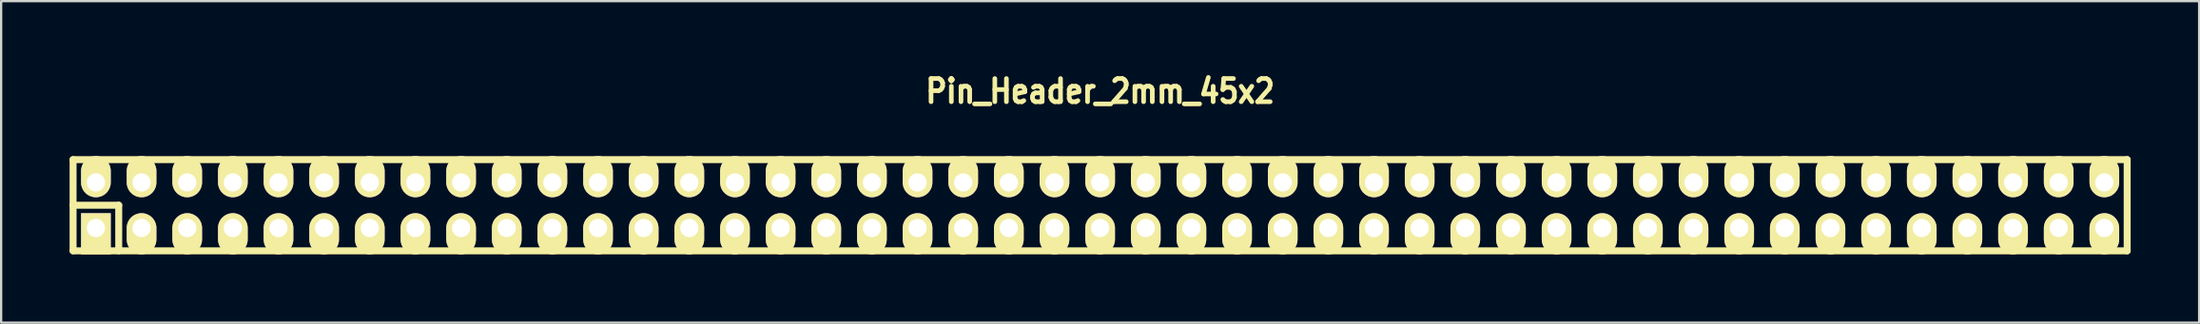
<source format=kicad_pcb>
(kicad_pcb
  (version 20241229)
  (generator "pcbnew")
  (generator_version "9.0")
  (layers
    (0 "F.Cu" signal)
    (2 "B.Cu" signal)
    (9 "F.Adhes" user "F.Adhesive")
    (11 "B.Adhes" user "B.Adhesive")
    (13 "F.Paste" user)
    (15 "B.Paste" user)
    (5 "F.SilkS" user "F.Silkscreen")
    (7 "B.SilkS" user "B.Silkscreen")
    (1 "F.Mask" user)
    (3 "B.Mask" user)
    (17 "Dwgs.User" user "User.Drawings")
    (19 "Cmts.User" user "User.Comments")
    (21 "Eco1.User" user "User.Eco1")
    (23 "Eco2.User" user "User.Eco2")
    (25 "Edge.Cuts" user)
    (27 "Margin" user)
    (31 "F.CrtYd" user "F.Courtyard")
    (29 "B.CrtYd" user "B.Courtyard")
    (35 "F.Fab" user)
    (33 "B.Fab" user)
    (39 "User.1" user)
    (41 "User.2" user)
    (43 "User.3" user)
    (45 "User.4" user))
  (footprint "Pin_Header_2mm_45x2"
    (layer "F.Cu")
    (at 45.152 5.951)
    (property "Reference" "Pin_Header_2mm_45x2" (at 0 -5 0) (layer "F.SilkS") (effects (font (size 1.016 0.889) (thickness 0.203))))
    (attr through_hole)
    (fp_line (start -45 -2) (end 45 -2) (stroke (width 0.305) (type solid)) (layer "F.SilkS"))
    (fp_line (start -45 0) (end -43 0) (stroke (width 0.305) (type solid)) (layer "F.SilkS"))
    (fp_line (start -45 2) (end -45 -2) (stroke (width 0.305) (type solid)) (layer "F.SilkS"))
    (fp_line (start -43 0) (end -43 2) (stroke (width 0.305) (type solid)) (layer "F.SilkS"))
    (fp_line (start 45 -2) (end 45 2) (stroke (width 0.305) (type solid)) (layer "F.SilkS"))
    (fp_line (start 45 2) (end -45 2) (stroke (width 0.305) (type solid)) (layer "F.SilkS"))
    (pad "1" thru_hole rect (at -44 1) (size 1.3 1.8) (drill 0.8 (offset 0 0.25)) (layers "*.Cu" "*.Mask" "F.SilkS"))
    (pad "2" thru_hole oval (at -44 -1) (size 1.3 1.8) (drill 0.8 (offset 0 -0.25)) (layers "*.Cu" "*.Mask" "F.SilkS"))
    (pad "3" thru_hole oval (at -42 1) (size 1.3 1.8) (drill 0.8 (offset 0 0.25)) (layers "*.Cu" "*.Mask" "F.SilkS"))
    (pad "4" thru_hole oval (at -42 -1) (size 1.3 1.8) (drill 0.8 (offset 0 -0.25)) (layers "*.Cu" "*.Mask" "F.SilkS"))
    (pad "5" thru_hole oval (at -40 1) (size 1.3 1.8) (drill 0.8 (offset 0 0.25)) (layers "*.Cu" "*.Mask" "F.SilkS"))
    (pad "6" thru_hole oval (at -40 -1) (size 1.3 1.8) (drill 0.8 (offset 0 -0.25)) (layers "*.Cu" "*.Mask" "F.SilkS"))
    (pad "7" thru_hole oval (at -38 1) (size 1.3 1.8) (drill 0.8 (offset 0 0.25)) (layers "*.Cu" "*.Mask" "F.SilkS"))
    (pad "8" thru_hole oval (at -38 -1) (size 1.3 1.8) (drill 0.8 (offset 0 -0.25)) (layers "*.Cu" "*.Mask" "F.SilkS"))
    (pad "9" thru_hole oval (at -36 1) (size 1.3 1.8) (drill 0.8 (offset 0 0.25)) (layers "*.Cu" "*.Mask" "F.SilkS"))
    (pad "10" thru_hole oval (at -36 -1) (size 1.3 1.8) (drill 0.8 (offset 0 -0.25)) (layers "*.Cu" "*.Mask" "F.SilkS"))
    (pad "11" thru_hole oval (at -34 1) (size 1.3 1.8) (drill 0.8 (offset 0 0.25)) (layers "*.Cu" "*.Mask" "F.SilkS"))
    (pad "12" thru_hole oval (at -34 -1) (size 1.3 1.8) (drill 0.8 (offset 0 -0.25)) (layers "*.Cu" "*.Mask" "F.SilkS"))
    (pad "13" thru_hole oval (at -32 1) (size 1.3 1.8) (drill 0.8 (offset 0 0.25)) (layers "*.Cu" "*.Mask" "F.SilkS"))
    (pad "14" thru_hole oval (at -32 -1) (size 1.3 1.8) (drill 0.8 (offset 0 -0.25)) (layers "*.Cu" "*.Mask" "F.SilkS"))
    (pad "15" thru_hole oval (at -30 1) (size 1.3 1.8) (drill 0.8 (offset 0 0.25)) (layers "*.Cu" "*.Mask" "F.SilkS"))
    (pad "16" thru_hole oval (at -30 -1) (size 1.3 1.8) (drill 0.8 (offset 0 -0.25)) (layers "*.Cu" "*.Mask" "F.SilkS"))
    (pad "17" thru_hole oval (at -28 1) (size 1.3 1.8) (drill 0.8 (offset 0 0.25)) (layers "*.Cu" "*.Mask" "F.SilkS"))
    (pad "18" thru_hole oval (at -28 -1) (size 1.3 1.8) (drill 0.8 (offset 0 -0.25)) (layers "*.Cu" "*.Mask" "F.SilkS"))
    (pad "19" thru_hole oval (at -26 1) (size 1.3 1.8) (drill 0.8 (offset 0 0.25)) (layers "*.Cu" "*.Mask" "F.SilkS"))
    (pad "20" thru_hole oval (at -26 -1) (size 1.3 1.8) (drill 0.8 (offset 0 -0.25)) (layers "*.Cu" "*.Mask" "F.SilkS"))
    (pad "21" thru_hole oval (at -24 1) (size 1.3 1.8) (drill 0.8 (offset 0 0.25)) (layers "*.Cu" "*.Mask" "F.SilkS"))
    (pad "22" thru_hole oval (at -24 -1) (size 1.3 1.8) (drill 0.8 (offset 0 -0.25)) (layers "*.Cu" "*.Mask" "F.SilkS"))
    (pad "23" thru_hole oval (at -22 1) (size 1.3 1.8) (drill 0.8 (offset 0 0.25)) (layers "*.Cu" "*.Mask" "F.SilkS"))
    (pad "24" thru_hole oval (at -22 -1) (size 1.3 1.8) (drill 0.8 (offset 0 -0.25)) (layers "*.Cu" "*.Mask" "F.SilkS"))
    (pad "25" thru_hole oval (at -20 1) (size 1.3 1.8) (drill 0.8 (offset 0 0.25)) (layers "*.Cu" "*.Mask" "F.SilkS"))
    (pad "26" thru_hole oval (at -20 -1) (size 1.3 1.8) (drill 0.8 (offset 0 -0.25)) (layers "*.Cu" "*.Mask" "F.SilkS"))
    (pad "27" thru_hole oval (at -18 1) (size 1.3 1.8) (drill 0.8 (offset 0 0.25)) (layers "*.Cu" "*.Mask" "F.SilkS"))
    (pad "28" thru_hole oval (at -18 -1) (size 1.3 1.8) (drill 0.8 (offset 0 -0.25)) (layers "*.Cu" "*.Mask" "F.SilkS"))
    (pad "29" thru_hole oval (at -16 1) (size 1.3 1.8) (drill 0.8 (offset 0 0.25)) (layers "*.Cu" "*.Mask" "F.SilkS"))
    (pad "30" thru_hole oval (at -16 -1) (size 1.3 1.8) (drill 0.8 (offset 0 -0.25)) (layers "*.Cu" "*.Mask" "F.SilkS"))
    (pad "31" thru_hole oval (at -14 1) (size 1.3 1.8) (drill 0.8 (offset 0 0.25)) (layers "*.Cu" "*.Mask" "F.SilkS"))
    (pad "32" thru_hole oval (at -14 -1) (size 1.3 1.8) (drill 0.8 (offset 0 -0.25)) (layers "*.Cu" "*.Mask" "F.SilkS"))
    (pad "33" thru_hole oval (at -12 1) (size 1.3 1.8) (drill 0.8 (offset 0 0.25)) (layers "*.Cu" "*.Mask" "F.SilkS"))
    (pad "34" thru_hole oval (at -12 -1) (size 1.3 1.8) (drill 0.8 (offset 0 -0.25)) (layers "*.Cu" "*.Mask" "F.SilkS"))
    (pad "35" thru_hole oval (at -10 1) (size 1.3 1.8) (drill 0.8 (offset 0 0.25)) (layers "*.Cu" "*.Mask" "F.SilkS"))
    (pad "36" thru_hole oval (at -10 -1) (size 1.3 1.8) (drill 0.8 (offset 0 -0.25)) (layers "*.Cu" "*.Mask" "F.SilkS"))
    (pad "37" thru_hole oval (at -8 1) (size 1.3 1.8) (drill 0.8 (offset 0 0.25)) (layers "*.Cu" "*.Mask" "F.SilkS"))
    (pad "38" thru_hole oval (at -8 -1) (size 1.3 1.8) (drill 0.8 (offset 0 -0.25)) (layers "*.Cu" "*.Mask" "F.SilkS"))
    (pad "39" thru_hole oval (at -6 1) (size 1.3 1.8) (drill 0.8 (offset 0 0.25)) (layers "*.Cu" "*.Mask" "F.SilkS"))
    (pad "40" thru_hole oval (at -6 -1) (size 1.3 1.8) (drill 0.8 (offset 0 -0.25)) (layers "*.Cu" "*.Mask" "F.SilkS"))
    (pad "41" thru_hole oval (at -4 1) (size 1.3 1.8) (drill 0.8 (offset 0 0.25)) (layers "*.Cu" "*.Mask" "F.SilkS"))
    (pad "42" thru_hole oval (at -4 -1) (size 1.3 1.8) (drill 0.8 (offset 0 -0.25)) (layers "*.Cu" "*.Mask" "F.SilkS"))
    (pad "43" thru_hole oval (at -2 1) (size 1.3 1.8) (drill 0.8 (offset 0 0.25)) (layers "*.Cu" "*.Mask" "F.SilkS"))
    (pad "44" thru_hole oval (at -2 -1) (size 1.3 1.8) (drill 0.8 (offset 0 -0.25)) (layers "*.Cu" "*.Mask" "F.SilkS"))
    (pad "45" thru_hole oval (at 0 1) (size 1.3 1.8) (drill 0.8 (offset 0 0.25)) (layers "*.Cu" "*.Mask" "F.SilkS"))
    (pad "46" thru_hole oval (at 0 -1) (size 1.3 1.8) (drill 0.8 (offset 0 -0.25)) (layers "*.Cu" "*.Mask" "F.SilkS"))
    (pad "47" thru_hole oval (at 2 1) (size 1.3 1.8) (drill 0.8 (offset 0 0.25)) (layers "*.Cu" "*.Mask" "F.SilkS"))
    (pad "48" thru_hole oval (at 2 -1) (size 1.3 1.8) (drill 0.8 (offset 0 -0.25)) (layers "*.Cu" "*.Mask" "F.SilkS"))
    (pad "49" thru_hole oval (at 4 1) (size 1.3 1.8) (drill 0.8 (offset 0 0.25)) (layers "*.Cu" "*.Mask" "F.SilkS"))
    (pad "50" thru_hole oval (at 4 -1) (size 1.3 1.8) (drill 0.8 (offset 0 -0.25)) (layers "*.Cu" "*.Mask" "F.SilkS"))
    (pad "51" thru_hole oval (at 6 1) (size 1.3 1.8) (drill 0.8 (offset 0 0.25)) (layers "*.Cu" "*.Mask" "F.SilkS"))
    (pad "52" thru_hole oval (at 6 -1) (size 1.3 1.8) (drill 0.8 (offset 0 -0.25)) (layers "*.Cu" "*.Mask" "F.SilkS"))
    (pad "53" thru_hole oval (at 8 1) (size 1.3 1.8) (drill 0.8 (offset 0 0.25)) (layers "*.Cu" "*.Mask" "F.SilkS"))
    (pad "54" thru_hole oval (at 8 -1) (size 1.3 1.8) (drill 0.8 (offset 0 -0.25)) (layers "*.Cu" "*.Mask" "F.SilkS"))
    (pad "55" thru_hole oval (at 10 1) (size 1.3 1.8) (drill 0.8 (offset 0 0.25)) (layers "*.Cu" "*.Mask" "F.SilkS"))
    (pad "56" thru_hole oval (at 10 -1) (size 1.3 1.8) (drill 0.8 (offset 0 -0.25)) (layers "*.Cu" "*.Mask" "F.SilkS"))
    (pad "57" thru_hole oval (at 12 1) (size 1.3 1.8) (drill 0.8 (offset 0 0.25)) (layers "*.Cu" "*.Mask" "F.SilkS"))
    (pad "58" thru_hole oval (at 12 -1) (size 1.3 1.8) (drill 0.8 (offset 0 -0.25)) (layers "*.Cu" "*.Mask" "F.SilkS"))
    (pad "59" thru_hole oval (at 14 1) (size 1.3 1.8) (drill 0.8 (offset 0 0.25)) (layers "*.Cu" "*.Mask" "F.SilkS"))
    (pad "60" thru_hole oval (at 14 -1) (size 1.3 1.8) (drill 0.8 (offset 0 -0.25)) (layers "*.Cu" "*.Mask" "F.SilkS"))
    (pad "61" thru_hole oval (at 16 1) (size 1.3 1.8) (drill 0.8 (offset 0 0.25)) (layers "*.Cu" "*.Mask" "F.SilkS"))
    (pad "62" thru_hole oval (at 16 -1) (size 1.3 1.8) (drill 0.8 (offset 0 -0.25)) (layers "*.Cu" "*.Mask" "F.SilkS"))
    (pad "63" thru_hole oval (at 18 1) (size 1.3 1.8) (drill 0.8 (offset 0 0.25)) (layers "*.Cu" "*.Mask" "F.SilkS"))
    (pad "64" thru_hole oval (at 18 -1) (size 1.3 1.8) (drill 0.8 (offset 0 -0.25)) (layers "*.Cu" "*.Mask" "F.SilkS"))
    (pad "65" thru_hole oval (at 20 1) (size 1.3 1.8) (drill 0.8 (offset 0 0.25)) (layers "*.Cu" "*.Mask" "F.SilkS"))
    (pad "66" thru_hole oval (at 20 -1) (size 1.3 1.8) (drill 0.8 (offset 0 -0.25)) (layers "*.Cu" "*.Mask" "F.SilkS"))
    (pad "67" thru_hole oval (at 22 1) (size 1.3 1.8) (drill 0.8 (offset 0 0.25)) (layers "*.Cu" "*.Mask" "F.SilkS"))
    (pad "68" thru_hole oval (at 22 -1) (size 1.3 1.8) (drill 0.8 (offset 0 -0.25)) (layers "*.Cu" "*.Mask" "F.SilkS"))
    (pad "69" thru_hole oval (at 24 1) (size 1.3 1.8) (drill 0.8 (offset 0 0.25)) (layers "*.Cu" "*.Mask" "F.SilkS"))
    (pad "70" thru_hole oval (at 24 -1) (size 1.3 1.8) (drill 0.8 (offset 0 -0.25)) (layers "*.Cu" "*.Mask" "F.SilkS"))
    (pad "71" thru_hole oval (at 26 1) (size 1.3 1.8) (drill 0.8 (offset 0 0.25)) (layers "*.Cu" "*.Mask" "F.SilkS"))
    (pad "72" thru_hole oval (at 26 -1) (size 1.3 1.8) (drill 0.8 (offset 0 -0.25)) (layers "*.Cu" "*.Mask" "F.SilkS"))
    (pad "73" thru_hole oval (at 28 1) (size 1.3 1.8) (drill 0.8 (offset 0 0.25)) (layers "*.Cu" "*.Mask" "F.SilkS"))
    (pad "74" thru_hole oval (at 28 -1) (size 1.3 1.8) (drill 0.8 (offset 0 -0.25)) (layers "*.Cu" "*.Mask" "F.SilkS"))
    (pad "75" thru_hole oval (at 30 1) (size 1.3 1.8) (drill 0.8 (offset 0 0.25)) (layers "*.Cu" "*.Mask" "F.SilkS"))
    (pad "76" thru_hole oval (at 30 -1) (size 1.3 1.8) (drill 0.8 (offset 0 -0.25)) (layers "*.Cu" "*.Mask" "F.SilkS"))
    (pad "77" thru_hole oval (at 32 1) (size 1.3 1.8) (drill 0.8 (offset 0 0.25)) (layers "*.Cu" "*.Mask" "F.SilkS"))
    (pad "78" thru_hole oval (at 32 -1) (size 1.3 1.8) (drill 0.8 (offset 0 -0.25)) (layers "*.Cu" "*.Mask" "F.SilkS"))
    (pad "79" thru_hole oval (at 34 1) (size 1.3 1.8) (drill 0.8 (offset 0 0.25)) (layers "*.Cu" "*.Mask" "F.SilkS"))
    (pad "80" thru_hole oval (at 34 -1) (size 1.3 1.8) (drill 0.8 (offset 0 -0.25)) (layers "*.Cu" "*.Mask" "F.SilkS"))
    (pad "81" thru_hole oval (at 36 1) (size 1.3 1.8) (drill 0.8 (offset 0 0.25)) (layers "*.Cu" "*.Mask" "F.SilkS"))
    (pad "82" thru_hole oval (at 36 -1) (size 1.3 1.8) (drill 0.8 (offset 0 -0.25)) (layers "*.Cu" "*.Mask" "F.SilkS"))
    (pad "83" thru_hole oval (at 38 1) (size 1.3 1.8) (drill 0.8 (offset 0 0.25)) (layers "*.Cu" "*.Mask" "F.SilkS"))
    (pad "84" thru_hole oval (at 38 -1) (size 1.3 1.8) (drill 0.8 (offset 0 -0.25)) (layers "*.Cu" "*.Mask" "F.SilkS"))
    (pad "85" thru_hole oval (at 40 1) (size 1.3 1.8) (drill 0.8 (offset 0 0.25)) (layers "*.Cu" "*.Mask" "F.SilkS"))
    (pad "86" thru_hole oval (at 40 -1) (size 1.3 1.8) (drill 0.8 (offset 0 -0.25)) (layers "*.Cu" "*.Mask" "F.SilkS"))
    (pad "87" thru_hole oval (at 42 1) (size 1.3 1.8) (drill 0.8 (offset 0 0.25)) (layers "*.Cu" "*.Mask" "F.SilkS"))
    (pad "88" thru_hole oval (at 42 -1) (size 1.3 1.8) (drill 0.8 (offset 0 -0.25)) (layers "*.Cu" "*.Mask" "F.SilkS"))
    (pad "89" thru_hole oval (at 44 1) (size 1.3 1.8) (drill 0.8 (offset 0 0.25)) (layers "*.Cu" "*.Mask" "F.SilkS"))
    (pad "90" thru_hole oval (at 44 -1) (size 1.3 1.8) (drill 0.8 (offset 0 -0.25)) (layers "*.Cu" "*.Mask" "F.SilkS")))
  (gr_rect
    (start -3 -3)
    (end 93.305 11.103)
    (stroke (width 0.1) (type default))
    (fill no)
    (layer "Edge.Cuts")))
</source>
